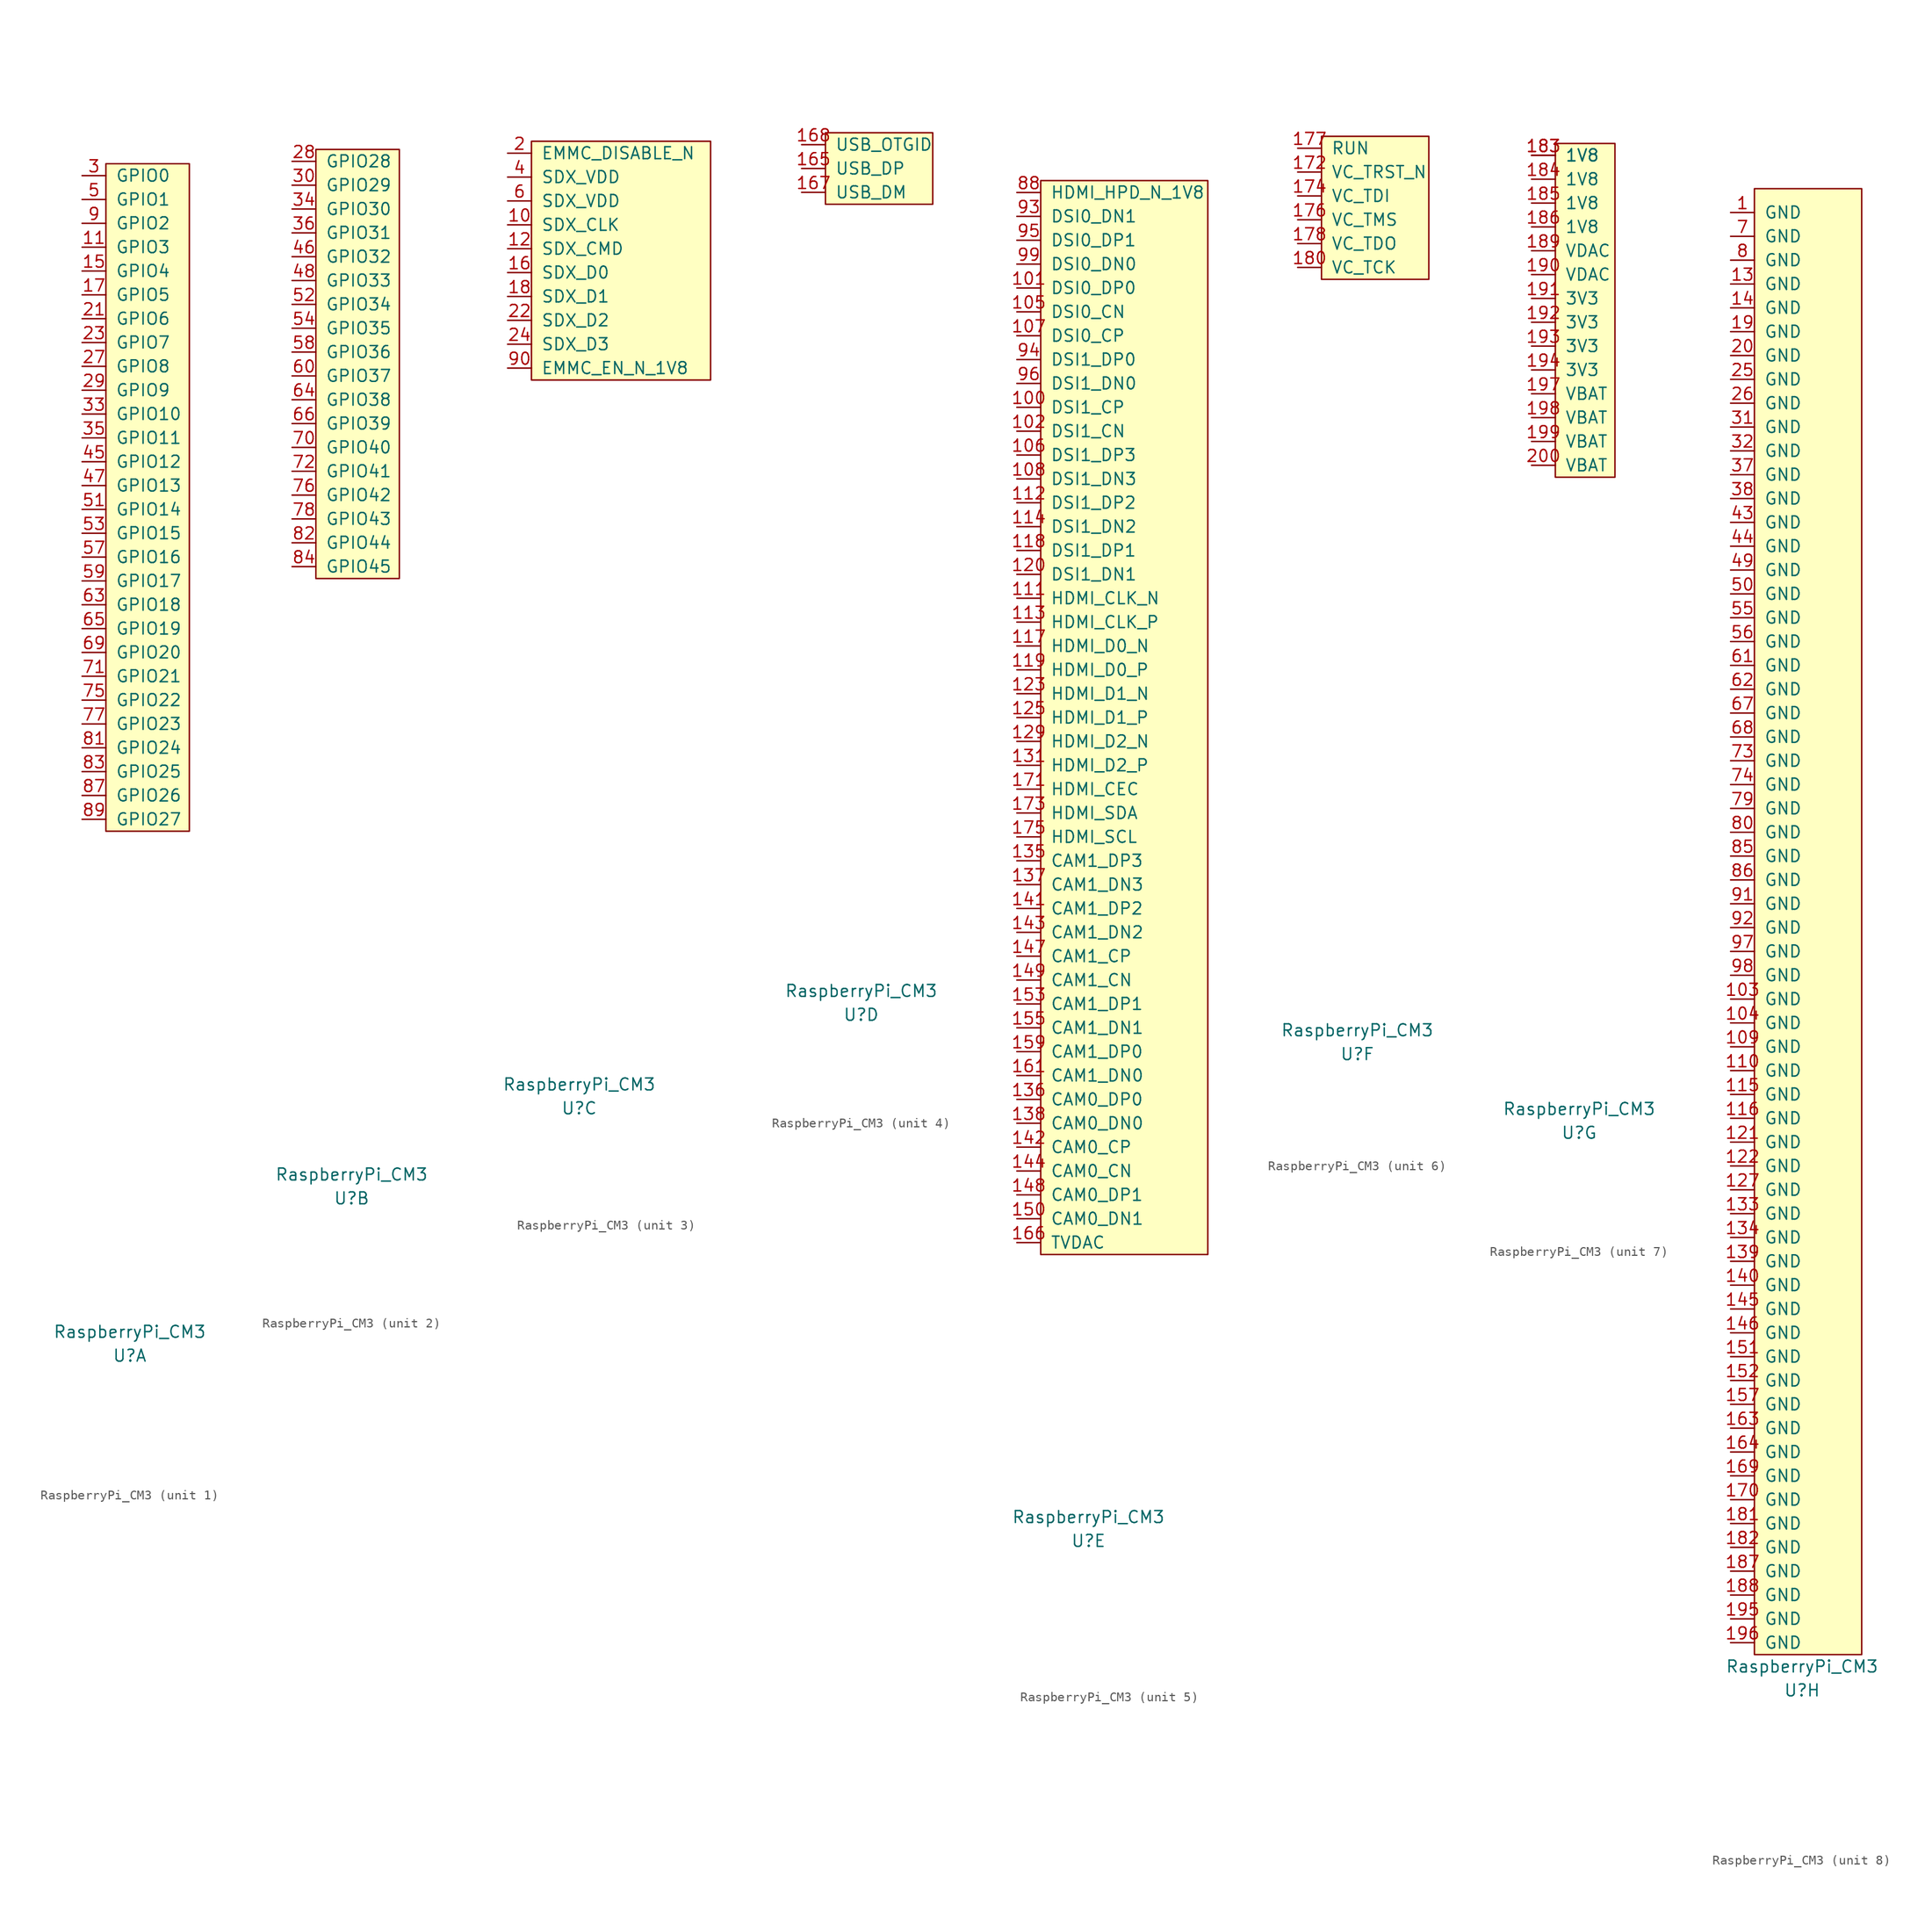
<source format=kicad_sym>
(kicad_symbol_lib
  (version 20231120)
  (generator "kicad_symbol_editor")
  (generator_version "8.0")
  (symbol "RaspberryPi_CM3"
    (pin_names
      (offset 1.016))
    (property "Reference" "U"
      (at 0 -90.17 0)
      (effects (font (size 1.27 1.27))))
    (property "Value" "RaspberryPi_CM3"
      (at 0 -87.63 0)
      (effects (font (size 1.27 1.27))))
    (property "ki_locked" ""
      (at 0 0 0)
      (effects (font (size 1.27 1.27))))
    (symbol "RaspberryPi_CM3_1_1"
      (rectangle (start -2.54 36.83) (end 6.35 -34.29) (stroke (width 0) (type default)) (fill (type background)))
      (pin bidirectional line (at -5.08 27.94 0) (length 2.54) (name "GPIO3" (effects (font (size 1.27 1.27)))) (number "11" (effects (font (size 1.27 1.27)))))
      (pin bidirectional line (at -5.08 25.4 0) (length 2.54) (name "GPIO4" (effects (font (size 1.27 1.27)))) (number "15" (effects (font (size 1.27 1.27)))))
      (pin bidirectional line (at -5.08 22.86 0) (length 2.54) (name "GPIO5" (effects (font (size 1.27 1.27)))) (number "17" (effects (font (size 1.27 1.27)))))
      (pin bidirectional line (at -5.08 20.32 0) (length 2.54) (name "GPIO6" (effects (font (size 1.27 1.27)))) (number "21" (effects (font (size 1.27 1.27)))))
      (pin bidirectional line (at -5.08 17.78 0) (length 2.54) (name "GPIO7" (effects (font (size 1.27 1.27)))) (number "23" (effects (font (size 1.27 1.27)))))
      (pin bidirectional line (at -5.08 15.24 0) (length 2.54) (name "GPIO8" (effects (font (size 1.27 1.27)))) (number "27" (effects (font (size 1.27 1.27)))))
      (pin bidirectional line (at -5.08 12.7 0) (length 2.54) (name "GPIO9" (effects (font (size 1.27 1.27)))) (number "29" (effects (font (size 1.27 1.27)))))
      (pin bidirectional line (at -5.08 35.56 0) (length 2.54) (name "GPIO0" (effects (font (size 1.27 1.27)))) (number "3" (effects (font (size 1.27 1.27)))))
      (pin bidirectional line (at -5.08 10.16 0) (length 2.54) (name "GPIO10" (effects (font (size 1.27 1.27)))) (number "33" (effects (font (size 1.27 1.27)))))
      (pin bidirectional line (at -5.08 7.62 0) (length 2.54) (name "GPIO11" (effects (font (size 1.27 1.27)))) (number "35" (effects (font (size 1.27 1.27)))))
      (pin bidirectional line (at -5.08 5.08 0) (length 2.54) (name "GPIO12" (effects (font (size 1.27 1.27)))) (number "45" (effects (font (size 1.27 1.27)))))
      (pin bidirectional line (at -5.08 2.54 0) (length 2.54) (name "GPIO13" (effects (font (size 1.27 1.27)))) (number "47" (effects (font (size 1.27 1.27)))))
      (pin bidirectional line (at -5.08 33.02 0) (length 2.54) (name "GPIO1" (effects (font (size 1.27 1.27)))) (number "5" (effects (font (size 1.27 1.27)))))
      (pin bidirectional line (at -5.08 0 0) (length 2.54) (name "GPIO14" (effects (font (size 1.27 1.27)))) (number "51" (effects (font (size 1.27 1.27)))))
      (pin bidirectional line (at -5.08 -2.54 0) (length 2.54) (name "GPIO15" (effects (font (size 1.27 1.27)))) (number "53" (effects (font (size 1.27 1.27)))))
      (pin bidirectional line (at -5.08 -5.08 0) (length 2.54) (name "GPIO16" (effects (font (size 1.27 1.27)))) (number "57" (effects (font (size 1.27 1.27)))))
      (pin bidirectional line (at -5.08 -7.62 0) (length 2.54) (name "GPIO17" (effects (font (size 1.27 1.27)))) (number "59" (effects (font (size 1.27 1.27)))))
      (pin bidirectional line (at -5.08 -10.16 0) (length 2.54) (name "GPIO18" (effects (font (size 1.27 1.27)))) (number "63" (effects (font (size 1.27 1.27)))))
      (pin bidirectional line (at -5.08 -12.7 0) (length 2.54) (name "GPIO19" (effects (font (size 1.27 1.27)))) (number "65" (effects (font (size 1.27 1.27)))))
      (pin bidirectional line (at -5.08 -15.24 0) (length 2.54) (name "GPIO20" (effects (font (size 1.27 1.27)))) (number "69" (effects (font (size 1.27 1.27)))))
      (pin bidirectional line (at -5.08 -17.78 0) (length 2.54) (name "GPIO21" (effects (font (size 1.27 1.27)))) (number "71" (effects (font (size 1.27 1.27)))))
      (pin bidirectional line (at -5.08 -20.32 0) (length 2.54) (name "GPIO22" (effects (font (size 1.27 1.27)))) (number "75" (effects (font (size 1.27 1.27)))))
      (pin bidirectional line (at -5.08 -22.86 0) (length 2.54) (name "GPIO23" (effects (font (size 1.27 1.27)))) (number "77" (effects (font (size 1.27 1.27)))))
      (pin bidirectional line (at -5.08 -25.4 0) (length 2.54) (name "GPIO24" (effects (font (size 1.27 1.27)))) (number "81" (effects (font (size 1.27 1.27)))))
      (pin bidirectional line (at -5.08 -27.94 0) (length 2.54) (name "GPIO25" (effects (font (size 1.27 1.27)))) (number "83" (effects (font (size 1.27 1.27)))))
      (pin bidirectional line (at -5.08 -30.48 0) (length 2.54) (name "GPIO26" (effects (font (size 1.27 1.27)))) (number "87" (effects (font (size 1.27 1.27)))))
      (pin bidirectional line (at -5.08 -33.02 0) (length 2.54) (name "GPIO27" (effects (font (size 1.27 1.27)))) (number "89" (effects (font (size 1.27 1.27)))))
      (pin bidirectional line (at -5.08 30.48 0) (length 2.54) (name "GPIO2" (effects (font (size 1.27 1.27)))) (number "9" (effects (font (size 1.27 1.27))))))
    (symbol "RaspberryPi_CM3_2_1"
      (rectangle (start -3.81 21.59) (end 5.08 -24.13) (stroke (width 0) (type default)) (fill (type background)))
      (pin bidirectional line (at -6.35 20.32 0) (length 2.54) (name "GPIO28" (effects (font (size 1.27 1.27)))) (number "28" (effects (font (size 1.27 1.27)))))
      (pin bidirectional line (at -6.35 17.78 0) (length 2.54) (name "GPIO29" (effects (font (size 1.27 1.27)))) (number "30" (effects (font (size 1.27 1.27)))))
      (pin bidirectional line (at -6.35 15.24 0) (length 2.54) (name "GPIO30" (effects (font (size 1.27 1.27)))) (number "34" (effects (font (size 1.27 1.27)))))
      (pin bidirectional line (at -6.35 12.7 0) (length 2.54) (name "GPIO31" (effects (font (size 1.27 1.27)))) (number "36" (effects (font (size 1.27 1.27)))))
      (pin bidirectional line (at -6.35 10.16 0) (length 2.54) (name "GPIO32" (effects (font (size 1.27 1.27)))) (number "46" (effects (font (size 1.27 1.27)))))
      (pin bidirectional line (at -6.35 7.62 0) (length 2.54) (name "GPIO33" (effects (font (size 1.27 1.27)))) (number "48" (effects (font (size 1.27 1.27)))))
      (pin bidirectional line (at -6.35 5.08 0) (length 2.54) (name "GPIO34" (effects (font (size 1.27 1.27)))) (number "52" (effects (font (size 1.27 1.27)))))
      (pin bidirectional line (at -6.35 2.54 0) (length 2.54) (name "GPIO35" (effects (font (size 1.27 1.27)))) (number "54" (effects (font (size 1.27 1.27)))))
      (pin bidirectional line (at -6.35 0 0) (length 2.54) (name "GPIO36" (effects (font (size 1.27 1.27)))) (number "58" (effects (font (size 1.27 1.27)))))
      (pin bidirectional line (at -6.35 -2.54 0) (length 2.54) (name "GPIO37" (effects (font (size 1.27 1.27)))) (number "60" (effects (font (size 1.27 1.27)))))
      (pin bidirectional line (at -6.35 -5.08 0) (length 2.54) (name "GPIO38" (effects (font (size 1.27 1.27)))) (number "64" (effects (font (size 1.27 1.27)))))
      (pin bidirectional line (at -6.35 -7.62 0) (length 2.54) (name "GPIO39" (effects (font (size 1.27 1.27)))) (number "66" (effects (font (size 1.27 1.27)))))
      (pin bidirectional line (at -6.35 -10.16 0) (length 2.54) (name "GPIO40" (effects (font (size 1.27 1.27)))) (number "70" (effects (font (size 1.27 1.27)))))
      (pin bidirectional line (at -6.35 -12.7 0) (length 2.54) (name "GPIO41" (effects (font (size 1.27 1.27)))) (number "72" (effects (font (size 1.27 1.27)))))
      (pin bidirectional line (at -6.35 -15.24 0) (length 2.54) (name "GPIO42" (effects (font (size 1.27 1.27)))) (number "76" (effects (font (size 1.27 1.27)))))
      (pin bidirectional line (at -6.35 -17.78 0) (length 2.54) (name "GPIO43" (effects (font (size 1.27 1.27)))) (number "78" (effects (font (size 1.27 1.27)))))
      (pin bidirectional line (at -6.35 -20.32 0) (length 2.54) (name "GPIO44" (effects (font (size 1.27 1.27)))) (number "82" (effects (font (size 1.27 1.27)))))
      (pin bidirectional line (at -6.35 -22.86 0) (length 2.54) (name "GPIO45" (effects (font (size 1.27 1.27)))) (number "84" (effects (font (size 1.27 1.27))))))
    (symbol "RaspberryPi_CM3_3_1"
      (rectangle (start -5.08 12.7) (end 13.97 -12.7) (stroke (width 0) (type default)) (fill (type background)))
      (pin bidirectional line (at -7.62 3.81 0) (length 2.54) (name "SDX_CLK" (effects (font (size 1.27 1.27)))) (number "10" (effects (font (size 1.27 1.27)))))
      (pin bidirectional line (at -7.62 1.27 0) (length 2.54) (name "SDX_CMD" (effects (font (size 1.27 1.27)))) (number "12" (effects (font (size 1.27 1.27)))))
      (pin bidirectional line (at -7.62 -1.27 0) (length 2.54) (name "SDX_D0" (effects (font (size 1.27 1.27)))) (number "16" (effects (font (size 1.27 1.27)))))
      (pin bidirectional line (at -7.62 -3.81 0) (length 2.54) (name "SDX_D1" (effects (font (size 1.27 1.27)))) (number "18" (effects (font (size 1.27 1.27)))))
      (pin bidirectional line (at -7.62 11.43 0) (length 2.54) (name "EMMC_DISABLE_N" (effects (font (size 1.27 1.27)))) (number "2" (effects (font (size 1.27 1.27)))))
      (pin bidirectional line (at -7.62 -6.35 0) (length 2.54) (name "SDX_D2" (effects (font (size 1.27 1.27)))) (number "22" (effects (font (size 1.27 1.27)))))
      (pin bidirectional line (at -7.62 -8.89 0) (length 2.54) (name "SDX_D3" (effects (font (size 1.27 1.27)))) (number "24" (effects (font (size 1.27 1.27)))))
      (pin power_in line (at -7.62 8.89 0) (length 2.54) (name "SDX_VDD" (effects (font (size 1.27 1.27)))) (number "4" (effects (font (size 1.27 1.27)))))
      (pin power_in line (at -7.62 6.35 0) (length 2.54) (name "SDX_VDD" (effects (font (size 1.27 1.27)))) (number "6" (effects (font (size 1.27 1.27)))))
      (pin bidirectional line (at -7.62 -11.43 0) (length 2.54) (name "EMMC_EN_N_1V8" (effects (font (size 1.27 1.27)))) (number "90" (effects (font (size 1.27 1.27))))))
    (symbol "RaspberryPi_CM3_4_1"
      (rectangle (start -3.81 3.81) (end 7.62 -3.81) (stroke (width 0) (type default)) (fill (type background)))
      (pin bidirectional line (at -6.35 0 0) (length 2.54) (name "USB_DP" (effects (font (size 1.27 1.27)))) (number "165" (effects (font (size 1.27 1.27)))))
      (pin bidirectional line (at -6.35 -2.54 0) (length 2.54) (name "USB_DM" (effects (font (size 1.27 1.27)))) (number "167" (effects (font (size 1.27 1.27)))))
      (pin input line (at -6.35 2.54 0) (length 2.54) (name "USB_OTGID" (effects (font (size 1.27 1.27)))) (number "168" (effects (font (size 1.27 1.27))))))
    (symbol "RaspberryPi_CM3_5_1"
      (rectangle (start -5.08 54.61) (end 12.7 -59.69) (stroke (width 0) (type default)) (fill (type background)))
      (pin bidirectional line (at -7.62 30.48 0) (length 2.54) (name "DSI1_CP" (effects (font (size 1.27 1.27)))) (number "100" (effects (font (size 1.27 1.27)))))
      (pin bidirectional line (at -7.62 43.18 0) (length 2.54) (name "DSI0_DP0" (effects (font (size 1.27 1.27)))) (number "101" (effects (font (size 1.27 1.27)))))
      (pin bidirectional line (at -7.62 27.94 0) (length 2.54) (name "DSI1_CN" (effects (font (size 1.27 1.27)))) (number "102" (effects (font (size 1.27 1.27)))))
      (pin bidirectional line (at -7.62 40.64 0) (length 2.54) (name "DSI0_CN" (effects (font (size 1.27 1.27)))) (number "105" (effects (font (size 1.27 1.27)))))
      (pin bidirectional line (at -7.62 25.4 0) (length 2.54) (name "DSI1_DP3" (effects (font (size 1.27 1.27)))) (number "106" (effects (font (size 1.27 1.27)))))
      (pin bidirectional line (at -7.62 38.1 0) (length 2.54) (name "DSI0_CP" (effects (font (size 1.27 1.27)))) (number "107" (effects (font (size 1.27 1.27)))))
      (pin bidirectional line (at -7.62 22.86 0) (length 2.54) (name "DSI1_DN3" (effects (font (size 1.27 1.27)))) (number "108" (effects (font (size 1.27 1.27)))))
      (pin bidirectional line (at -7.62 10.16 0) (length 2.54) (name "HDMI_CLK_N" (effects (font (size 1.27 1.27)))) (number "111" (effects (font (size 1.27 1.27)))))
      (pin bidirectional line (at -7.62 20.32 0) (length 2.54) (name "DSI1_DP2" (effects (font (size 1.27 1.27)))) (number "112" (effects (font (size 1.27 1.27)))))
      (pin bidirectional line (at -7.62 7.62 0) (length 2.54) (name "HDMI_CLK_P" (effects (font (size 1.27 1.27)))) (number "113" (effects (font (size 1.27 1.27)))))
      (pin bidirectional line (at -7.62 17.78 0) (length 2.54) (name "DSI1_DN2" (effects (font (size 1.27 1.27)))) (number "114" (effects (font (size 1.27 1.27)))))
      (pin bidirectional line (at -7.62 5.08 0) (length 2.54) (name "HDMI_D0_N" (effects (font (size 1.27 1.27)))) (number "117" (effects (font (size 1.27 1.27)))))
      (pin bidirectional line (at -7.62 15.24 0) (length 2.54) (name "DSI1_DP1" (effects (font (size 1.27 1.27)))) (number "118" (effects (font (size 1.27 1.27)))))
      (pin bidirectional line (at -7.62 2.54 0) (length 2.54) (name "HDMI_D0_P" (effects (font (size 1.27 1.27)))) (number "119" (effects (font (size 1.27 1.27)))))
      (pin bidirectional line (at -7.62 12.7 0) (length 2.54) (name "DSI1_DN1" (effects (font (size 1.27 1.27)))) (number "120" (effects (font (size 1.27 1.27)))))
      (pin bidirectional line (at -7.62 0 0) (length 2.54) (name "HDMI_D1_N" (effects (font (size 1.27 1.27)))) (number "123" (effects (font (size 1.27 1.27)))))
      (pin bidirectional line (at -7.62 -2.54 0) (length 2.54) (name "HDMI_D1_P" (effects (font (size 1.27 1.27)))) (number "125" (effects (font (size 1.27 1.27)))))
      (pin bidirectional line (at -7.62 -5.08 0) (length 2.54) (name "HDMI_D2_N" (effects (font (size 1.27 1.27)))) (number "129" (effects (font (size 1.27 1.27)))))
      (pin bidirectional line (at -7.62 -7.62 0) (length 2.54) (name "HDMI_D2_P" (effects (font (size 1.27 1.27)))) (number "131" (effects (font (size 1.27 1.27)))))
      (pin bidirectional line (at -7.62 -17.78 0) (length 2.54) (name "CAM1_DP3" (effects (font (size 1.27 1.27)))) (number "135" (effects (font (size 1.27 1.27)))))
      (pin bidirectional line (at -7.62 -43.18 0) (length 2.54) (name "CAM0_DP0" (effects (font (size 1.27 1.27)))) (number "136" (effects (font (size 1.27 1.27)))))
      (pin bidirectional line (at -7.62 -20.32 0) (length 2.54) (name "CAM1_DN3" (effects (font (size 1.27 1.27)))) (number "137" (effects (font (size 1.27 1.27)))))
      (pin bidirectional line (at -7.62 -45.72 0) (length 2.54) (name "CAM0_DN0" (effects (font (size 1.27 1.27)))) (number "138" (effects (font (size 1.27 1.27)))))
      (pin bidirectional line (at -7.62 -22.86 0) (length 2.54) (name "CAM1_DP2" (effects (font (size 1.27 1.27)))) (number "141" (effects (font (size 1.27 1.27)))))
      (pin bidirectional line (at -7.62 -48.26 0) (length 2.54) (name "CAM0_CP" (effects (font (size 1.27 1.27)))) (number "142" (effects (font (size 1.27 1.27)))))
      (pin bidirectional line (at -7.62 -25.4 0) (length 2.54) (name "CAM1_DN2" (effects (font (size 1.27 1.27)))) (number "143" (effects (font (size 1.27 1.27)))))
      (pin bidirectional line (at -7.62 -50.8 0) (length 2.54) (name "CAM0_CN" (effects (font (size 1.27 1.27)))) (number "144" (effects (font (size 1.27 1.27)))))
      (pin bidirectional line (at -7.62 -27.94 0) (length 2.54) (name "CAM1_CP" (effects (font (size 1.27 1.27)))) (number "147" (effects (font (size 1.27 1.27)))))
      (pin bidirectional line (at -7.62 -53.34 0) (length 2.54) (name "CAM0_DP1" (effects (font (size 1.27 1.27)))) (number "148" (effects (font (size 1.27 1.27)))))
      (pin bidirectional line (at -7.62 -30.48 0) (length 2.54) (name "CAM1_CN" (effects (font (size 1.27 1.27)))) (number "149" (effects (font (size 1.27 1.27)))))
      (pin bidirectional line (at -7.62 -55.88 0) (length 2.54) (name "CAM0_DN1" (effects (font (size 1.27 1.27)))) (number "150" (effects (font (size 1.27 1.27)))))
      (pin bidirectional line (at -7.62 -33.02 0) (length 2.54) (name "CAM1_DP1" (effects (font (size 1.27 1.27)))) (number "153" (effects (font (size 1.27 1.27)))))
      (pin bidirectional line (at -7.62 -35.56 0) (length 2.54) (name "CAM1_DN1" (effects (font (size 1.27 1.27)))) (number "155" (effects (font (size 1.27 1.27)))))
      (pin bidirectional line (at -7.62 -38.1 0) (length 2.54) (name "CAM1_DP0" (effects (font (size 1.27 1.27)))) (number "159" (effects (font (size 1.27 1.27)))))
      (pin bidirectional line (at -7.62 -40.64 0) (length 2.54) (name "CAM1_DN0" (effects (font (size 1.27 1.27)))) (number "161" (effects (font (size 1.27 1.27)))))
      (pin bidirectional line (at -7.62 -58.42 0) (length 2.54) (name "TVDAC" (effects (font (size 1.27 1.27)))) (number "166" (effects (font (size 1.27 1.27)))))
      (pin bidirectional line (at -7.62 -10.16 0) (length 2.54) (name "HDMI_CEC" (effects (font (size 1.27 1.27)))) (number "171" (effects (font (size 1.27 1.27)))))
      (pin bidirectional line (at -7.62 -12.7 0) (length 2.54) (name "HDMI_SDA" (effects (font (size 1.27 1.27)))) (number "173" (effects (font (size 1.27 1.27)))))
      (pin bidirectional line (at -7.62 -15.24 0) (length 2.54) (name "HDMI_SCL" (effects (font (size 1.27 1.27)))) (number "175" (effects (font (size 1.27 1.27)))))
      (pin bidirectional line (at -7.62 53.34 0) (length 2.54) (name "HDMI_HPD_N_1V8" (effects (font (size 1.27 1.27)))) (number "88" (effects (font (size 1.27 1.27)))))
      (pin bidirectional line (at -7.62 50.8 0) (length 2.54) (name "DSI0_DN1" (effects (font (size 1.27 1.27)))) (number "93" (effects (font (size 1.27 1.27)))))
      (pin bidirectional line (at -7.62 35.56 0) (length 2.54) (name "DSI1_DP0" (effects (font (size 1.27 1.27)))) (number "94" (effects (font (size 1.27 1.27)))))
      (pin bidirectional line (at -7.62 48.26 0) (length 2.54) (name "DSI0_DP1" (effects (font (size 1.27 1.27)))) (number "95" (effects (font (size 1.27 1.27)))))
      (pin bidirectional line (at -7.62 33.02 0) (length 2.54) (name "DSI1_DN0" (effects (font (size 1.27 1.27)))) (number "96" (effects (font (size 1.27 1.27)))))
      (pin bidirectional line (at -7.62 45.72 0) (length 2.54) (name "DSI0_DN0" (effects (font (size 1.27 1.27)))) (number "99" (effects (font (size 1.27 1.27))))))
    (symbol "RaspberryPi_CM3_6_1"
      (rectangle (start -3.81 -7.62) (end 7.62 7.62) (stroke (width 0) (type default)) (fill (type background)))
      (pin bidirectional line (at -6.35 3.81 0) (length 2.54) (name "VC_TRST_N" (effects (font (size 1.27 1.27)))) (number "172" (effects (font (size 1.27 1.27)))))
      (pin bidirectional line (at -6.35 1.27 0) (length 2.54) (name "VC_TDI" (effects (font (size 1.27 1.27)))) (number "174" (effects (font (size 1.27 1.27)))))
      (pin bidirectional line (at -6.35 -1.27 0) (length 2.54) (name "VC_TMS" (effects (font (size 1.27 1.27)))) (number "176" (effects (font (size 1.27 1.27)))))
      (pin bidirectional line (at -6.35 6.35 0) (length 2.54) (name "RUN" (effects (font (size 1.27 1.27)))) (number "177" (effects (font (size 1.27 1.27)))))
      (pin bidirectional line (at -6.35 -3.81 0) (length 2.54) (name "VC_TDO" (effects (font (size 1.27 1.27)))) (number "178" (effects (font (size 1.27 1.27)))))
      (pin bidirectional line (at -6.35 -6.35 0) (length 2.54) (name "VC_TCK" (effects (font (size 1.27 1.27)))) (number "180" (effects (font (size 1.27 1.27))))))
    (symbol "RaspberryPi_CM3_7_1"
      (rectangle (start -2.54 15.24) (end 3.81 -20.32) (stroke (width 0) (type default)) (fill (type background)))
      (pin power_in line (at -5.08 13.97 0) (length 2.54) (name "1V8" (effects (font (size 1.27 1.27)))) (number "183" (effects (font (size 1.27 1.27)))))
      (pin power_in line (at -5.08 13.97 0) (length 2.54) (name "1V8" (effects (font (size 1.27 1.27)))) (number "183" (effects (font (size 1.27 1.27)))))
      (pin power_in line (at -5.08 11.43 0) (length 2.54) (name "1V8" (effects (font (size 1.27 1.27)))) (number "184" (effects (font (size 1.27 1.27)))))
      (pin power_in line (at -5.08 8.89 0) (length 2.54) (name "1V8" (effects (font (size 1.27 1.27)))) (number "185" (effects (font (size 1.27 1.27)))))
      (pin power_in line (at -5.08 6.35 0) (length 2.54) (name "1V8" (effects (font (size 1.27 1.27)))) (number "186" (effects (font (size 1.27 1.27)))))
      (pin power_in line (at -5.08 3.81 0) (length 2.54) (name "VDAC" (effects (font (size 1.27 1.27)))) (number "189" (effects (font (size 1.27 1.27)))))
      (pin power_in line (at -5.08 1.27 0) (length 2.54) (name "VDAC" (effects (font (size 1.27 1.27)))) (number "190" (effects (font (size 1.27 1.27)))))
      (pin power_in line (at -5.08 -1.27 0) (length 2.54) (name "3V3" (effects (font (size 1.27 1.27)))) (number "191" (effects (font (size 1.27 1.27)))))
      (pin power_in line (at -5.08 -3.81 0) (length 2.54) (name "3V3" (effects (font (size 1.27 1.27)))) (number "192" (effects (font (size 1.27 1.27)))))
      (pin power_in line (at -5.08 -6.35 0) (length 2.54) (name "3V3" (effects (font (size 1.27 1.27)))) (number "193" (effects (font (size 1.27 1.27)))))
      (pin power_in line (at -5.08 -8.89 0) (length 2.54) (name "3V3" (effects (font (size 1.27 1.27)))) (number "194" (effects (font (size 1.27 1.27)))))
      (pin power_in line (at -5.08 -11.43 0) (length 2.54) (name "VBAT" (effects (font (size 1.27 1.27)))) (number "197" (effects (font (size 1.27 1.27)))))
      (pin power_in line (at -5.08 -13.97 0) (length 2.54) (name "VBAT" (effects (font (size 1.27 1.27)))) (number "198" (effects (font (size 1.27 1.27)))))
      (pin power_in line (at -5.08 -16.51 0) (length 2.54) (name "VBAT" (effects (font (size 1.27 1.27)))) (number "199" (effects (font (size 1.27 1.27)))))
      (pin power_in line (at -5.08 -19.05 0) (length 2.54) (name "VBAT" (effects (font (size 1.27 1.27)))) (number "200" (effects (font (size 1.27 1.27))))))
    (symbol "RaspberryPi_CM3_8_1"
      (rectangle (start -5.08 69.85) (end 6.35 -86.36) (stroke (width 0) (type default)) (fill (type background)))
      (pin power_in line (at -7.62 67.31 0) (length 2.54) (name "GND" (effects (font (size 1.27 1.27)))) (number "1" (effects (font (size 1.27 1.27)))))
      (pin power_in line (at -7.62 -16.51 0) (length 2.54) (name "GND" (effects (font (size 1.27 1.27)))) (number "103" (effects (font (size 1.27 1.27)))))
      (pin power_in line (at -7.62 -19.05 0) (length 2.54) (name "GND" (effects (font (size 1.27 1.27)))) (number "104" (effects (font (size 1.27 1.27)))))
      (pin power_in line (at -7.62 -21.59 0) (length 2.54) (name "GND" (effects (font (size 1.27 1.27)))) (number "109" (effects (font (size 1.27 1.27)))))
      (pin power_in line (at -7.62 -24.13 0) (length 2.54) (name "GND" (effects (font (size 1.27 1.27)))) (number "110" (effects (font (size 1.27 1.27)))))
      (pin power_in line (at -7.62 -26.67 0) (length 2.54) (name "GND" (effects (font (size 1.27 1.27)))) (number "115" (effects (font (size 1.27 1.27)))))
      (pin power_in line (at -7.62 -29.21 0) (length 2.54) (name "GND" (effects (font (size 1.27 1.27)))) (number "116" (effects (font (size 1.27 1.27)))))
      (pin power_in line (at -7.62 -31.75 0) (length 2.54) (name "GND" (effects (font (size 1.27 1.27)))) (number "121" (effects (font (size 1.27 1.27)))))
      (pin power_in line (at -7.62 -34.29 0) (length 2.54) (name "GND" (effects (font (size 1.27 1.27)))) (number "122" (effects (font (size 1.27 1.27)))))
      (pin no_connect line (at 6.35 64.77 180) (length 2.54) hide (name "NC" (effects (font (size 1.27 1.27)))) (number "124" (effects (font (size 1.27 1.27)))))
      (pin no_connect line (at 6.35 62.23 180) (length 2.54) hide (name "NC" (effects (font (size 1.27 1.27)))) (number "126" (effects (font (size 1.27 1.27)))))
      (pin power_in line (at -7.62 -36.83 0) (length 2.54) (name "GND" (effects (font (size 1.27 1.27)))) (number "127" (effects (font (size 1.27 1.27)))))
      (pin no_connect line (at 6.35 59.69 180) (length 2.54) hide (name "NC" (effects (font (size 1.27 1.27)))) (number "128" (effects (font (size 1.27 1.27)))))
      (pin power_in line (at -7.62 59.69 0) (length 2.54) (name "GND" (effects (font (size 1.27 1.27)))) (number "13" (effects (font (size 1.27 1.27)))))
      (pin no_connect line (at 6.35 57.15 180) (length 2.54) hide (name "NC" (effects (font (size 1.27 1.27)))) (number "130" (effects (font (size 1.27 1.27)))))
      (pin no_connect line (at 6.35 54.61 180) (length 2.54) hide (name "NC" (effects (font (size 1.27 1.27)))) (number "132" (effects (font (size 1.27 1.27)))))
      (pin power_in line (at -7.62 -39.37 0) (length 2.54) (name "GND" (effects (font (size 1.27 1.27)))) (number "133" (effects (font (size 1.27 1.27)))))
      (pin power_in line (at -7.62 -41.91 0) (length 2.54) (name "GND" (effects (font (size 1.27 1.27)))) (number "134" (effects (font (size 1.27 1.27)))))
      (pin power_in line (at -7.62 -44.45 0) (length 2.54) (name "GND" (effects (font (size 1.27 1.27)))) (number "139" (effects (font (size 1.27 1.27)))))
      (pin power_in line (at -7.62 57.15 0) (length 2.54) (name "GND" (effects (font (size 1.27 1.27)))) (number "14" (effects (font (size 1.27 1.27)))))
      (pin power_in line (at -7.62 -46.99 0) (length 2.54) (name "GND" (effects (font (size 1.27 1.27)))) (number "140" (effects (font (size 1.27 1.27)))))
      (pin power_in line (at -7.62 -49.53 0) (length 2.54) (name "GND" (effects (font (size 1.27 1.27)))) (number "145" (effects (font (size 1.27 1.27)))))
      (pin power_in line (at -7.62 -52.07 0) (length 2.54) (name "GND" (effects (font (size 1.27 1.27)))) (number "146" (effects (font (size 1.27 1.27)))))
      (pin power_in line (at -7.62 -54.61 0) (length 2.54) (name "GND" (effects (font (size 1.27 1.27)))) (number "151" (effects (font (size 1.27 1.27)))))
      (pin power_in line (at -7.62 -57.15 0) (length 2.54) (name "GND" (effects (font (size 1.27 1.27)))) (number "152" (effects (font (size 1.27 1.27)))))
      (pin no_connect line (at 6.35 52.07 180) (length 2.54) hide (name "NC" (effects (font (size 1.27 1.27)))) (number "154" (effects (font (size 1.27 1.27)))))
      (pin no_connect line (at 6.35 49.53 180) (length 2.54) hide (name "NC" (effects (font (size 1.27 1.27)))) (number "156" (effects (font (size 1.27 1.27)))))
      (pin power_in line (at -7.62 -59.69 0) (length 2.54) (name "GND" (effects (font (size 1.27 1.27)))) (number "157" (effects (font (size 1.27 1.27)))))
      (pin no_connect line (at 6.35 46.99 180) (length 2.54) hide (name "NC" (effects (font (size 1.27 1.27)))) (number "158" (effects (font (size 1.27 1.27)))))
      (pin no_connect line (at 6.35 44.45 180) (length 2.54) hide (name "NC" (effects (font (size 1.27 1.27)))) (number "160" (effects (font (size 1.27 1.27)))))
      (pin no_connect line (at 6.35 41.91 180) (length 2.54) hide (name "NC" (effects (font (size 1.27 1.27)))) (number "162" (effects (font (size 1.27 1.27)))))
      (pin power_in line (at -7.62 -62.23 0) (length 2.54) (name "GND" (effects (font (size 1.27 1.27)))) (number "163" (effects (font (size 1.27 1.27)))))
      (pin power_in line (at -7.62 -64.77 0) (length 2.54) (name "GND" (effects (font (size 1.27 1.27)))) (number "164" (effects (font (size 1.27 1.27)))))
      (pin power_in line (at -7.62 -67.31 0) (length 2.54) (name "GND" (effects (font (size 1.27 1.27)))) (number "169" (effects (font (size 1.27 1.27)))))
      (pin power_in line (at -7.62 -69.85 0) (length 2.54) (name "GND" (effects (font (size 1.27 1.27)))) (number "170" (effects (font (size 1.27 1.27)))))
      (pin no_connect line (at -7.62 68.58 0) (length 2.54) hide (name "VDD_CORE" (effects (font (size 1.27 1.27)))) (number "179" (effects (font (size 1.27 1.27)))))
      (pin power_in line (at -7.62 -72.39 0) (length 2.54) (name "GND" (effects (font (size 1.27 1.27)))) (number "181" (effects (font (size 1.27 1.27)))))
      (pin power_in line (at -7.62 -74.93 0) (length 2.54) (name "GND" (effects (font (size 1.27 1.27)))) (number "182" (effects (font (size 1.27 1.27)))))
      (pin power_in line (at -7.62 -77.47 0) (length 2.54) (name "GND" (effects (font (size 1.27 1.27)))) (number "187" (effects (font (size 1.27 1.27)))))
      (pin power_in line (at -7.62 -80.01 0) (length 2.54) (name "GND" (effects (font (size 1.27 1.27)))) (number "188" (effects (font (size 1.27 1.27)))))
      (pin power_in line (at -7.62 54.61 0) (length 2.54) (name "GND" (effects (font (size 1.27 1.27)))) (number "19" (effects (font (size 1.27 1.27)))))
      (pin power_in line (at -7.62 -82.55 0) (length 2.54) (name "GND" (effects (font (size 1.27 1.27)))) (number "195" (effects (font (size 1.27 1.27)))))
      (pin power_in line (at -7.62 -85.09 0) (length 2.54) (name "GND" (effects (font (size 1.27 1.27)))) (number "196" (effects (font (size 1.27 1.27)))))
      (pin power_in line (at -7.62 52.07 0) (length 2.54) (name "GND" (effects (font (size 1.27 1.27)))) (number "20" (effects (font (size 1.27 1.27)))))
      (pin power_in line (at -7.62 49.53 0) (length 2.54) (name "GND" (effects (font (size 1.27 1.27)))) (number "25" (effects (font (size 1.27 1.27)))))
      (pin power_in line (at -7.62 46.99 0) (length 2.54) (name "GND" (effects (font (size 1.27 1.27)))) (number "26" (effects (font (size 1.27 1.27)))))
      (pin power_in line (at -7.62 44.45 0) (length 2.54) (name "GND" (effects (font (size 1.27 1.27)))) (number "31" (effects (font (size 1.27 1.27)))))
      (pin power_in line (at -7.62 41.91 0) (length 2.54) (name "GND" (effects (font (size 1.27 1.27)))) (number "32" (effects (font (size 1.27 1.27)))))
      (pin power_in line (at -7.62 39.37 0) (length 2.54) (name "GND" (effects (font (size 1.27 1.27)))) (number "37" (effects (font (size 1.27 1.27)))))
      (pin power_in line (at -7.62 36.83 0) (length 2.54) (name "GND" (effects (font (size 1.27 1.27)))) (number "38" (effects (font (size 1.27 1.27)))))
      (pin power_in line (at -7.62 34.29 0) (length 2.54) (name "GND" (effects (font (size 1.27 1.27)))) (number "43" (effects (font (size 1.27 1.27)))))
      (pin power_in line (at -7.62 31.75 0) (length 2.54) (name "GND" (effects (font (size 1.27 1.27)))) (number "44" (effects (font (size 1.27 1.27)))))
      (pin power_in line (at -7.62 29.21 0) (length 2.54) (name "GND" (effects (font (size 1.27 1.27)))) (number "49" (effects (font (size 1.27 1.27)))))
      (pin power_in line (at -7.62 26.67 0) (length 2.54) (name "GND" (effects (font (size 1.27 1.27)))) (number "50" (effects (font (size 1.27 1.27)))))
      (pin power_in line (at -7.62 24.13 0) (length 2.54) (name "GND" (effects (font (size 1.27 1.27)))) (number "55" (effects (font (size 1.27 1.27)))))
      (pin power_in line (at -7.62 21.59 0) (length 2.54) (name "GND" (effects (font (size 1.27 1.27)))) (number "56" (effects (font (size 1.27 1.27)))))
      (pin power_in line (at -7.62 19.05 0) (length 2.54) (name "GND" (effects (font (size 1.27 1.27)))) (number "61" (effects (font (size 1.27 1.27)))))
      (pin power_in line (at -7.62 16.51 0) (length 2.54) (name "GND" (effects (font (size 1.27 1.27)))) (number "62" (effects (font (size 1.27 1.27)))))
      (pin power_in line (at -7.62 13.97 0) (length 2.54) (name "GND" (effects (font (size 1.27 1.27)))) (number "67" (effects (font (size 1.27 1.27)))))
      (pin power_in line (at -7.62 11.43 0) (length 2.54) (name "GND" (effects (font (size 1.27 1.27)))) (number "68" (effects (font (size 1.27 1.27)))))
      (pin power_in line (at -7.62 64.77 0) (length 2.54) (name "GND" (effects (font (size 1.27 1.27)))) (number "7" (effects (font (size 1.27 1.27)))))
      (pin power_in line (at -7.62 8.89 0) (length 2.54) (name "GND" (effects (font (size 1.27 1.27)))) (number "73" (effects (font (size 1.27 1.27)))))
      (pin power_in line (at -7.62 6.35 0) (length 2.54) (name "GND" (effects (font (size 1.27 1.27)))) (number "74" (effects (font (size 1.27 1.27)))))
      (pin power_in line (at -7.62 3.81 0) (length 2.54) (name "GND" (effects (font (size 1.27 1.27)))) (number "79" (effects (font (size 1.27 1.27)))))
      (pin power_in line (at -7.62 62.23 0) (length 2.54) (name "GND" (effects (font (size 1.27 1.27)))) (number "8" (effects (font (size 1.27 1.27)))))
      (pin power_in line (at -7.62 1.27 0) (length 2.54) (name "GND" (effects (font (size 1.27 1.27)))) (number "80" (effects (font (size 1.27 1.27)))))
      (pin power_in line (at -7.62 -1.27 0) (length 2.54) (name "GND" (effects (font (size 1.27 1.27)))) (number "85" (effects (font (size 1.27 1.27)))))
      (pin power_in line (at -7.62 -3.81 0) (length 2.54) (name "GND" (effects (font (size 1.27 1.27)))) (number "86" (effects (font (size 1.27 1.27)))))
      (pin power_in line (at -7.62 -6.35 0) (length 2.54) (name "GND" (effects (font (size 1.27 1.27)))) (number "91" (effects (font (size 1.27 1.27)))))
      (pin power_in line (at -7.62 -8.89 0) (length 2.54) (name "GND" (effects (font (size 1.27 1.27)))) (number "92" (effects (font (size 1.27 1.27)))))
      (pin power_in line (at -7.62 -11.43 0) (length 2.54) (name "GND" (effects (font (size 1.27 1.27)))) (number "97" (effects (font (size 1.27 1.27)))))
      (pin power_in line (at -7.62 -13.97 0) (length 2.54) (name "GND" (effects (font (size 1.27 1.27)))) (number "98" (effects (font (size 1.27 1.27))))))))
</source>
